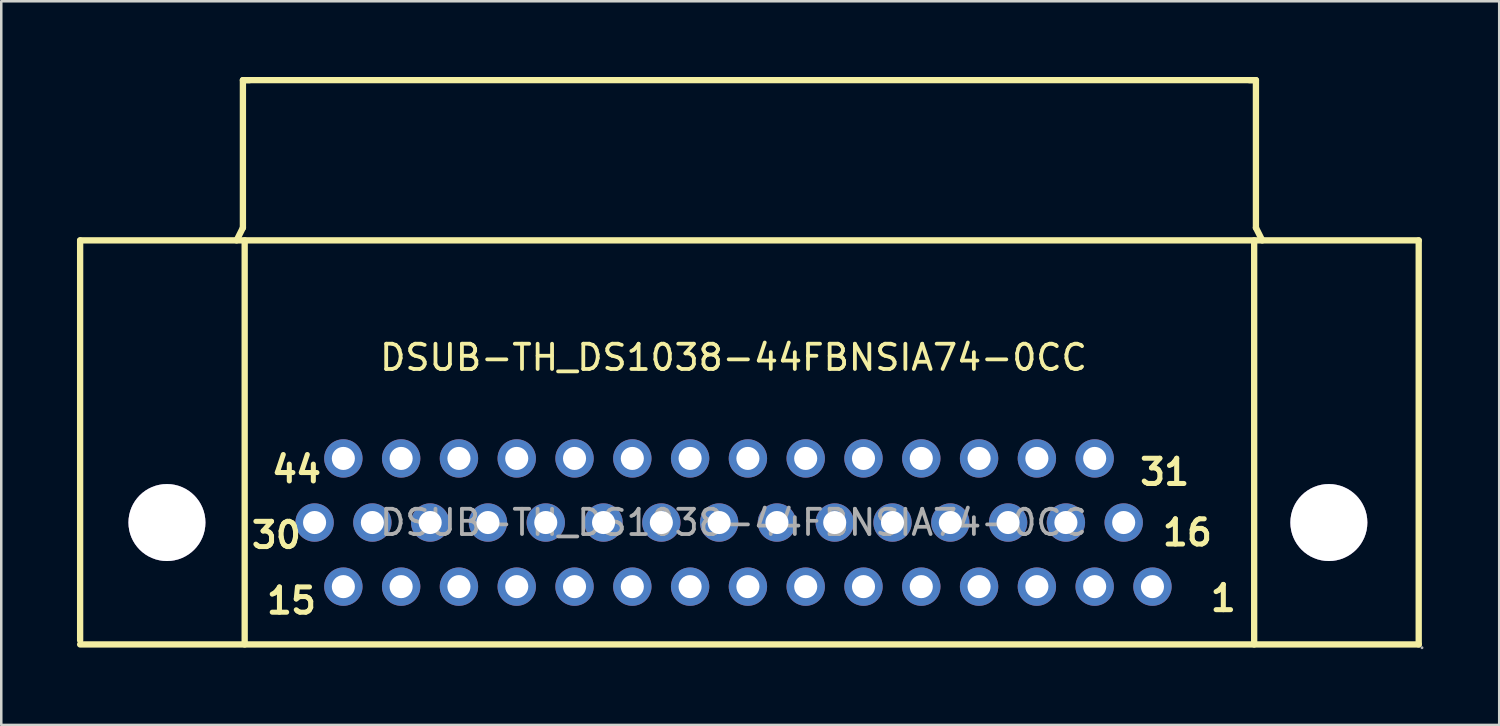
<source format=kicad_pcb>
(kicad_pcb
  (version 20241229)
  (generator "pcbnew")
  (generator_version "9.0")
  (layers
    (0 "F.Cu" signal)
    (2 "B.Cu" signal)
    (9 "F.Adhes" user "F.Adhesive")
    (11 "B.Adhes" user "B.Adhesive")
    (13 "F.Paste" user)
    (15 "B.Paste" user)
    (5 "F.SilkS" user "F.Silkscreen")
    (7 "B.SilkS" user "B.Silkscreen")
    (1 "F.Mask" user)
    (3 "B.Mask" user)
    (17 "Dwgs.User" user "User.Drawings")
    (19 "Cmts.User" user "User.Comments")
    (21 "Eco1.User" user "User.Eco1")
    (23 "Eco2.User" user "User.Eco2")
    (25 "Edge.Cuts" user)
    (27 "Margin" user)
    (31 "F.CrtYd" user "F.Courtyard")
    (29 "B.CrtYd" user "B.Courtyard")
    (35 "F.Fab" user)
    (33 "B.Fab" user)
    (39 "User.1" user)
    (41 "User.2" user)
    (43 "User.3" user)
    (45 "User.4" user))
  (footprint "DSUB-TH_DS1038-44FBNSIA74-0CC"
    (layer "F.Cu")
    (at 26.015 17.655)
    (property "Reference" "DSUB-TH_DS1038-44FBNSIA74-0CC" (at 0 -6.54 0) (layer "F.SilkS") (effects (font (size 1 1) (thickness 0.15))))
    (attr through_hole)
    (fp_line (start -25.89 -11.18) (end 27.15 -11.18) (stroke (width 0.25) (type solid)) (layer "F.SilkS"))
    (fp_line (start -25.89 4.67) (end -25.89 -11.18) (stroke (width 0.25) (type solid)) (layer "F.SilkS"))
    (fp_line (start -25.89 4.83) (end 27.15 4.83) (stroke (width 0.25) (type solid)) (layer "F.SilkS"))
    (fp_line (start -19.44 -17.53) (end -19.44 -11.68) (stroke (width 0.25) (type solid)) (layer "F.SilkS"))
    (fp_line (start -19.44 -11.68) (end -19.69 -11.18) (stroke (width 0.25) (type solid)) (layer "F.SilkS"))
    (fp_line (start -19.37 -17.53) (end 20.63 -17.53) (stroke (width 0.25) (type solid)) (layer "F.SilkS"))
    (fp_line (start -19.37 -11.18) (end -19.37 4.83) (stroke (width 0.25) (type solid)) (layer "F.SilkS"))
    (fp_line (start -19.18 -17.53) (end -19.44 -17.53) (stroke (width 0.25) (type solid)) (layer "F.SilkS"))
    (fp_line (start 20.44 -17.53) (end 20.7 -17.53) (stroke (width 0.25) (type solid)) (layer "F.SilkS"))
    (fp_line (start 20.63 -11.18) (end 20.63 4.83) (stroke (width 0.25) (type solid)) (layer "F.SilkS"))
    (fp_line (start 20.7 -17.53) (end 20.7 -11.68) (stroke (width 0.25) (type solid)) (layer "F.SilkS"))
    (fp_line (start 20.7 -11.68) (end 20.95 -11.18) (stroke (width 0.25) (type solid)) (layer "F.SilkS"))
    (fp_line (start 27.15 4.83) (end 27.15 -11.18) (stroke (width 0.25) (type solid)) (layer "F.SilkS"))
    (fp_circle (center -22.45 0) (end -21.74 0) (stroke (width 1.42) (type solid)) (fill no) (layer "F.Fab"))
    (fp_circle (center -16.6 0) (end -16.42 0) (stroke (width 0.36) (type solid)) (fill no) (layer "F.Fab"))
    (fp_circle (center -15.46 -2.54) (end -15.28 -2.54) (stroke (width 0.36) (type solid)) (fill no) (layer "F.Fab"))
    (fp_circle (center -15.46 2.54) (end -15.28 2.54) (stroke (width 0.36) (type solid)) (fill no) (layer "F.Fab"))
    (fp_circle (center -14.31 0) (end -14.13 0) (stroke (width 0.36) (type solid)) (fill no) (layer "F.Fab"))
    (fp_circle (center -13.17 -2.54) (end -12.99 -2.54) (stroke (width 0.36) (type solid)) (fill no) (layer "F.Fab"))
    (fp_circle (center -13.17 2.54) (end -12.99 2.54) (stroke (width 0.36) (type solid)) (fill no) (layer "F.Fab"))
    (fp_circle (center -12.02 0) (end -11.84 0) (stroke (width 0.36) (type solid)) (fill no) (layer "F.Fab"))
    (fp_circle (center -10.88 -2.54) (end -10.7 -2.54) (stroke (width 0.36) (type solid)) (fill no) (layer "F.Fab"))
    (fp_circle (center -10.88 2.54) (end -10.7 2.54) (stroke (width 0.36) (type solid)) (fill no) (layer "F.Fab"))
    (fp_circle (center -9.73 0) (end -9.55 0) (stroke (width 0.36) (type solid)) (fill no) (layer "F.Fab"))
    (fp_circle (center -8.59 -2.54) (end -8.41 -2.54) (stroke (width 0.36) (type solid)) (fill no) (layer "F.Fab"))
    (fp_circle (center -8.59 2.54) (end -8.41 2.54) (stroke (width 0.36) (type solid)) (fill no) (layer "F.Fab"))
    (fp_circle (center -7.44 0) (end -7.26 0) (stroke (width 0.36) (type solid)) (fill no) (layer "F.Fab"))
    (fp_circle (center -6.3 -2.54) (end -6.12 -2.54) (stroke (width 0.36) (type solid)) (fill no) (layer "F.Fab"))
    (fp_circle (center -6.3 2.54) (end -6.12 2.54) (stroke (width 0.36) (type solid)) (fill no) (layer "F.Fab"))
    (fp_circle (center -5.15 0) (end -4.97 0) (stroke (width 0.36) (type solid)) (fill no) (layer "F.Fab"))
    (fp_circle (center -4.01 -2.54) (end -3.83 -2.54) (stroke (width 0.36) (type solid)) (fill no) (layer "F.Fab"))
    (fp_circle (center -4.01 2.54) (end -3.83 2.54) (stroke (width 0.36) (type solid)) (fill no) (layer "F.Fab"))
    (fp_circle (center -2.86 0) (end -2.68 0) (stroke (width 0.36) (type solid)) (fill no) (layer "F.Fab"))
    (fp_circle (center -1.72 -2.54) (end -1.54 -2.54) (stroke (width 0.36) (type solid)) (fill no) (layer "F.Fab"))
    (fp_circle (center -1.72 2.54) (end -1.54 2.54) (stroke (width 0.36) (type solid)) (fill no) (layer "F.Fab"))
    (fp_circle (center -0.57 0) (end -0.39 0) (stroke (width 0.36) (type solid)) (fill no) (layer "F.Fab"))
    (fp_circle (center 0.57 -2.54) (end 0.75 -2.54) (stroke (width 0.36) (type solid)) (fill no) (layer "F.Fab"))
    (fp_circle (center 0.57 2.54) (end 0.75 2.54) (stroke (width 0.36) (type solid)) (fill no) (layer "F.Fab"))
    (fp_circle (center 1.72 0) (end 1.9 0) (stroke (width 0.36) (type solid)) (fill no) (layer "F.Fab"))
    (fp_circle (center 2.86 -2.54) (end 3.04 -2.54) (stroke (width 0.36) (type solid)) (fill no) (layer "F.Fab"))
    (fp_circle (center 2.86 2.54) (end 3.04 2.54) (stroke (width 0.36) (type solid)) (fill no) (layer "F.Fab"))
    (fp_circle (center 4.01 0) (end 4.19 0) (stroke (width 0.36) (type solid)) (fill no) (layer "F.Fab"))
    (fp_circle (center 5.15 -2.54) (end 5.33 -2.54) (stroke (width 0.36) (type solid)) (fill no) (layer "F.Fab"))
    (fp_circle (center 5.15 2.54) (end 5.33 2.54) (stroke (width 0.36) (type solid)) (fill no) (layer "F.Fab"))
    (fp_circle (center 6.3 0) (end 6.48 0) (stroke (width 0.36) (type solid)) (fill no) (layer "F.Fab"))
    (fp_circle (center 7.44 -2.54) (end 7.62 -2.54) (stroke (width 0.36) (type solid)) (fill no) (layer "F.Fab"))
    (fp_circle (center 7.44 2.54) (end 7.62 2.54) (stroke (width 0.36) (type solid)) (fill no) (layer "F.Fab"))
    (fp_circle (center 8.59 0) (end 8.77 0) (stroke (width 0.36) (type solid)) (fill no) (layer "F.Fab"))
    (fp_circle (center 9.73 -2.54) (end 9.91 -2.54) (stroke (width 0.36) (type solid)) (fill no) (layer "F.Fab"))
    (fp_circle (center 9.73 2.54) (end 9.91 2.54) (stroke (width 0.36) (type solid)) (fill no) (layer "F.Fab"))
    (fp_circle (center 10.88 0) (end 11.06 0) (stroke (width 0.36) (type solid)) (fill no) (layer "F.Fab"))
    (fp_circle (center 12.02 -2.54) (end 12.2 -2.54) (stroke (width 0.36) (type solid)) (fill no) (layer "F.Fab"))
    (fp_circle (center 12.02 2.54) (end 12.2 2.54) (stroke (width 0.36) (type solid)) (fill no) (layer "F.Fab"))
    (fp_circle (center 13.17 0) (end 13.35 0) (stroke (width 0.36) (type solid)) (fill no) (layer "F.Fab"))
    (fp_circle (center 14.31 -2.54) (end 14.49 -2.54) (stroke (width 0.36) (type solid)) (fill no) (layer "F.Fab"))
    (fp_circle (center 14.31 2.54) (end 14.49 2.54) (stroke (width 0.36) (type solid)) (fill no) (layer "F.Fab"))
    (fp_circle (center 15.46 0) (end 15.64 0) (stroke (width 0.36) (type solid)) (fill no) (layer "F.Fab"))
    (fp_circle (center 16.6 2.54) (end 16.78 2.54) (stroke (width 0.36) (type solid)) (fill no) (layer "F.Fab"))
    (fp_circle (center 23.59 0) (end 24.3 0) (stroke (width 1.42) (type solid)) (fill no) (layer "F.Fab"))
    (fp_circle (center 27.28 4.96) (end 27.31 4.96) (stroke (width 0.06) (type solid)) (fill no) (layer "F.Fab"))
    (fp_text user "1" (at 18.8 3 0) (layer "F.SilkS") (effects (font (size 1 1) (thickness 0.2)) (justify left)))
    (fp_text user "31" (at 16 -2 0) (layer "F.SilkS") (effects (font (size 1 1) (thickness 0.2)) (justify left)))
    (fp_text user "30" (at -19.2 0.5 0) (layer "F.SilkS") (effects (font (size 1 1) (thickness 0.2)) (justify left)))
    (fp_text user "44" (at -18.4 -2.1 0) (layer "F.SilkS") (effects (font (size 1 1) (thickness 0.2)) (justify left)))
    (fp_text user "15" (at -18.6 3.1 0) (layer "F.SilkS") (effects (font (size 1 1) (thickness 0.2)) (justify left)))
    (fp_text user "16" (at 16.9 0.4 0) (layer "F.SilkS") (effects (font (size 1 1) (thickness 0.2)) (justify left)))
    (fp_text user "${REFERENCE}" (at 0 0 0) (layer "F.Fab") (effects (font (size 1 1) (thickness 0.15))))
    (pad "" thru_hole circle (at -22.45 0) (size 3.05 3.05) (drill 3.05) (layers "*.Cu" "*.Mask"))
    (pad "" thru_hole circle (at 23.59 0) (size 3.05 3.05) (drill 3.05) (layers "*.Cu" "*.Mask"))
    (pad "1" thru_hole circle (at 16.6 2.54) (size 1.52 1.52) (drill 0.914) (layers "*.Cu" "*.Paste" "*.Mask"))
    (pad "2" thru_hole circle (at 14.31 2.54) (size 1.52 1.52) (drill 0.914) (layers "*.Cu" "*.Paste" "*.Mask"))
    (pad "3" thru_hole circle (at 12.02 2.54) (size 1.52 1.52) (drill 0.914) (layers "*.Cu" "*.Paste" "*.Mask"))
    (pad "4" thru_hole circle (at 9.73 2.54) (size 1.52 1.52) (drill 0.914) (layers "*.Cu" "*.Paste" "*.Mask"))
    (pad "5" thru_hole circle (at 7.44 2.54) (size 1.52 1.52) (drill 0.914) (layers "*.Cu" "*.Paste" "*.Mask"))
    (pad "6" thru_hole circle (at 5.15 2.54) (size 1.52 1.52) (drill 0.914) (layers "*.Cu" "*.Paste" "*.Mask"))
    (pad "7" thru_hole circle (at 2.86 2.54) (size 1.52 1.52) (drill 0.914) (layers "*.Cu" "*.Paste" "*.Mask"))
    (pad "8" thru_hole circle (at 0.57 2.54) (size 1.52 1.52) (drill 0.914) (layers "*.Cu" "*.Paste" "*.Mask"))
    (pad "9" thru_hole circle (at -1.72 2.54) (size 1.52 1.52) (drill 0.914) (layers "*.Cu" "*.Paste" "*.Mask"))
    (pad "10" thru_hole circle (at -4.01 2.54) (size 1.52 1.52) (drill 0.914) (layers "*.Cu" "*.Paste" "*.Mask"))
    (pad "11" thru_hole circle (at -6.3 2.54) (size 1.52 1.52) (drill 0.914) (layers "*.Cu" "*.Paste" "*.Mask"))
    (pad "12" thru_hole circle (at -8.59 2.54) (size 1.52 1.52) (drill 0.914) (layers "*.Cu" "*.Paste" "*.Mask"))
    (pad "13" thru_hole circle (at -10.88 2.54) (size 1.52 1.52) (drill 0.914) (layers "*.Cu" "*.Paste" "*.Mask"))
    (pad "14" thru_hole circle (at -13.17 2.54) (size 1.52 1.52) (drill 0.914) (layers "*.Cu" "*.Paste" "*.Mask"))
    (pad "15" thru_hole circle (at -15.46 2.54) (size 1.52 1.52) (drill 0.914) (layers "*.Cu" "*.Paste" "*.Mask"))
    (pad "16" thru_hole circle (at 15.46 0) (size 1.52 1.52) (drill 0.914) (layers "*.Cu" "*.Paste" "*.Mask"))
    (pad "17" thru_hole circle (at 13.17 0) (size 1.52 1.52) (drill 0.914) (layers "*.Cu" "*.Paste" "*.Mask"))
    (pad "18" thru_hole circle (at 10.88 0) (size 1.52 1.52) (drill 0.914) (layers "*.Cu" "*.Paste" "*.Mask"))
    (pad "19" thru_hole circle (at 8.59 0) (size 1.52 1.52) (drill 0.914) (layers "*.Cu" "*.Paste" "*.Mask"))
    (pad "20" thru_hole circle (at 6.3 0) (size 1.52 1.52) (drill 0.914) (layers "*.Cu" "*.Paste" "*.Mask"))
    (pad "21" thru_hole circle (at 4.01 0) (size 1.52 1.52) (drill 0.914) (layers "*.Cu" "*.Paste" "*.Mask"))
    (pad "22" thru_hole circle (at 1.72 0) (size 1.52 1.52) (drill 0.914) (layers "*.Cu" "*.Paste" "*.Mask"))
    (pad "23" thru_hole circle (at -0.57 0) (size 1.52 1.52) (drill 0.914) (layers "*.Cu" "*.Paste" "*.Mask"))
    (pad "24" thru_hole circle (at -2.86 0) (size 1.52 1.52) (drill 0.914) (layers "*.Cu" "*.Paste" "*.Mask"))
    (pad "25" thru_hole circle (at -5.15 0) (size 1.52 1.52) (drill 0.914) (layers "*.Cu" "*.Paste" "*.Mask"))
    (pad "26" thru_hole circle (at -7.44 0) (size 1.52 1.52) (drill 0.914) (layers "*.Cu" "*.Paste" "*.Mask"))
    (pad "27" thru_hole circle (at -9.73 0) (size 1.52 1.52) (drill 0.914) (layers "*.Cu" "*.Paste" "*.Mask"))
    (pad "28" thru_hole circle (at -12.02 0) (size 1.52 1.52) (drill 0.914) (layers "*.Cu" "*.Paste" "*.Mask"))
    (pad "29" thru_hole circle (at -14.31 0) (size 1.52 1.52) (drill 0.914) (layers "*.Cu" "*.Paste" "*.Mask"))
    (pad "30" thru_hole circle (at -16.6 0) (size 1.52 1.52) (drill 0.914) (layers "*.Cu" "*.Paste" "*.Mask"))
    (pad "31" thru_hole circle (at 14.31 -2.54) (size 1.52 1.52) (drill 0.914) (layers "*.Cu" "*.Paste" "*.Mask"))
    (pad "32" thru_hole circle (at 12.02 -2.54) (size 1.52 1.52) (drill 0.914) (layers "*.Cu" "*.Paste" "*.Mask"))
    (pad "33" thru_hole circle (at 9.73 -2.54) (size 1.52 1.52) (drill 0.914) (layers "*.Cu" "*.Paste" "*.Mask"))
    (pad "34" thru_hole circle (at 7.44 -2.54) (size 1.52 1.52) (drill 0.914) (layers "*.Cu" "*.Paste" "*.Mask"))
    (pad "35" thru_hole circle (at 5.15 -2.54) (size 1.52 1.52) (drill 0.914) (layers "*.Cu" "*.Paste" "*.Mask"))
    (pad "36" thru_hole circle (at 2.86 -2.54) (size 1.52 1.52) (drill 0.914) (layers "*.Cu" "*.Paste" "*.Mask"))
    (pad "37" thru_hole circle (at 0.57 -2.54) (size 1.52 1.52) (drill 0.914) (layers "*.Cu" "*.Paste" "*.Mask"))
    (pad "38" thru_hole circle (at -1.72 -2.54) (size 1.52 1.52) (drill 0.914) (layers "*.Cu" "*.Paste" "*.Mask"))
    (pad "39" thru_hole circle (at -4.01 -2.54) (size 1.52 1.52) (drill 0.914) (layers "*.Cu" "*.Paste" "*.Mask"))
    (pad "40" thru_hole circle (at -6.3 -2.54) (size 1.52 1.52) (drill 0.914) (layers "*.Cu" "*.Paste" "*.Mask"))
    (pad "41" thru_hole circle (at -8.59 -2.54) (size 1.52 1.52) (drill 0.914) (layers "*.Cu" "*.Paste" "*.Mask"))
    (pad "42" thru_hole circle (at -10.88 -2.54) (size 1.52 1.52) (drill 0.914) (layers "*.Cu" "*.Paste" "*.Mask"))
    (pad "43" thru_hole circle (at -13.17 -2.54) (size 1.52 1.52) (drill 0.914) (layers "*.Cu" "*.Paste" "*.Mask"))
    (pad "44" thru_hole circle (at -15.46 -2.54) (size 1.52 1.52) (drill 0.914) (layers "*.Cu" "*.Paste" "*.Mask")))
  (gr_rect
    (start -3 -3)
    (end 56.355 25.675)
    (stroke (width 0.1) (type default))
    (fill no)
    (layer "Edge.Cuts")))
</source>
